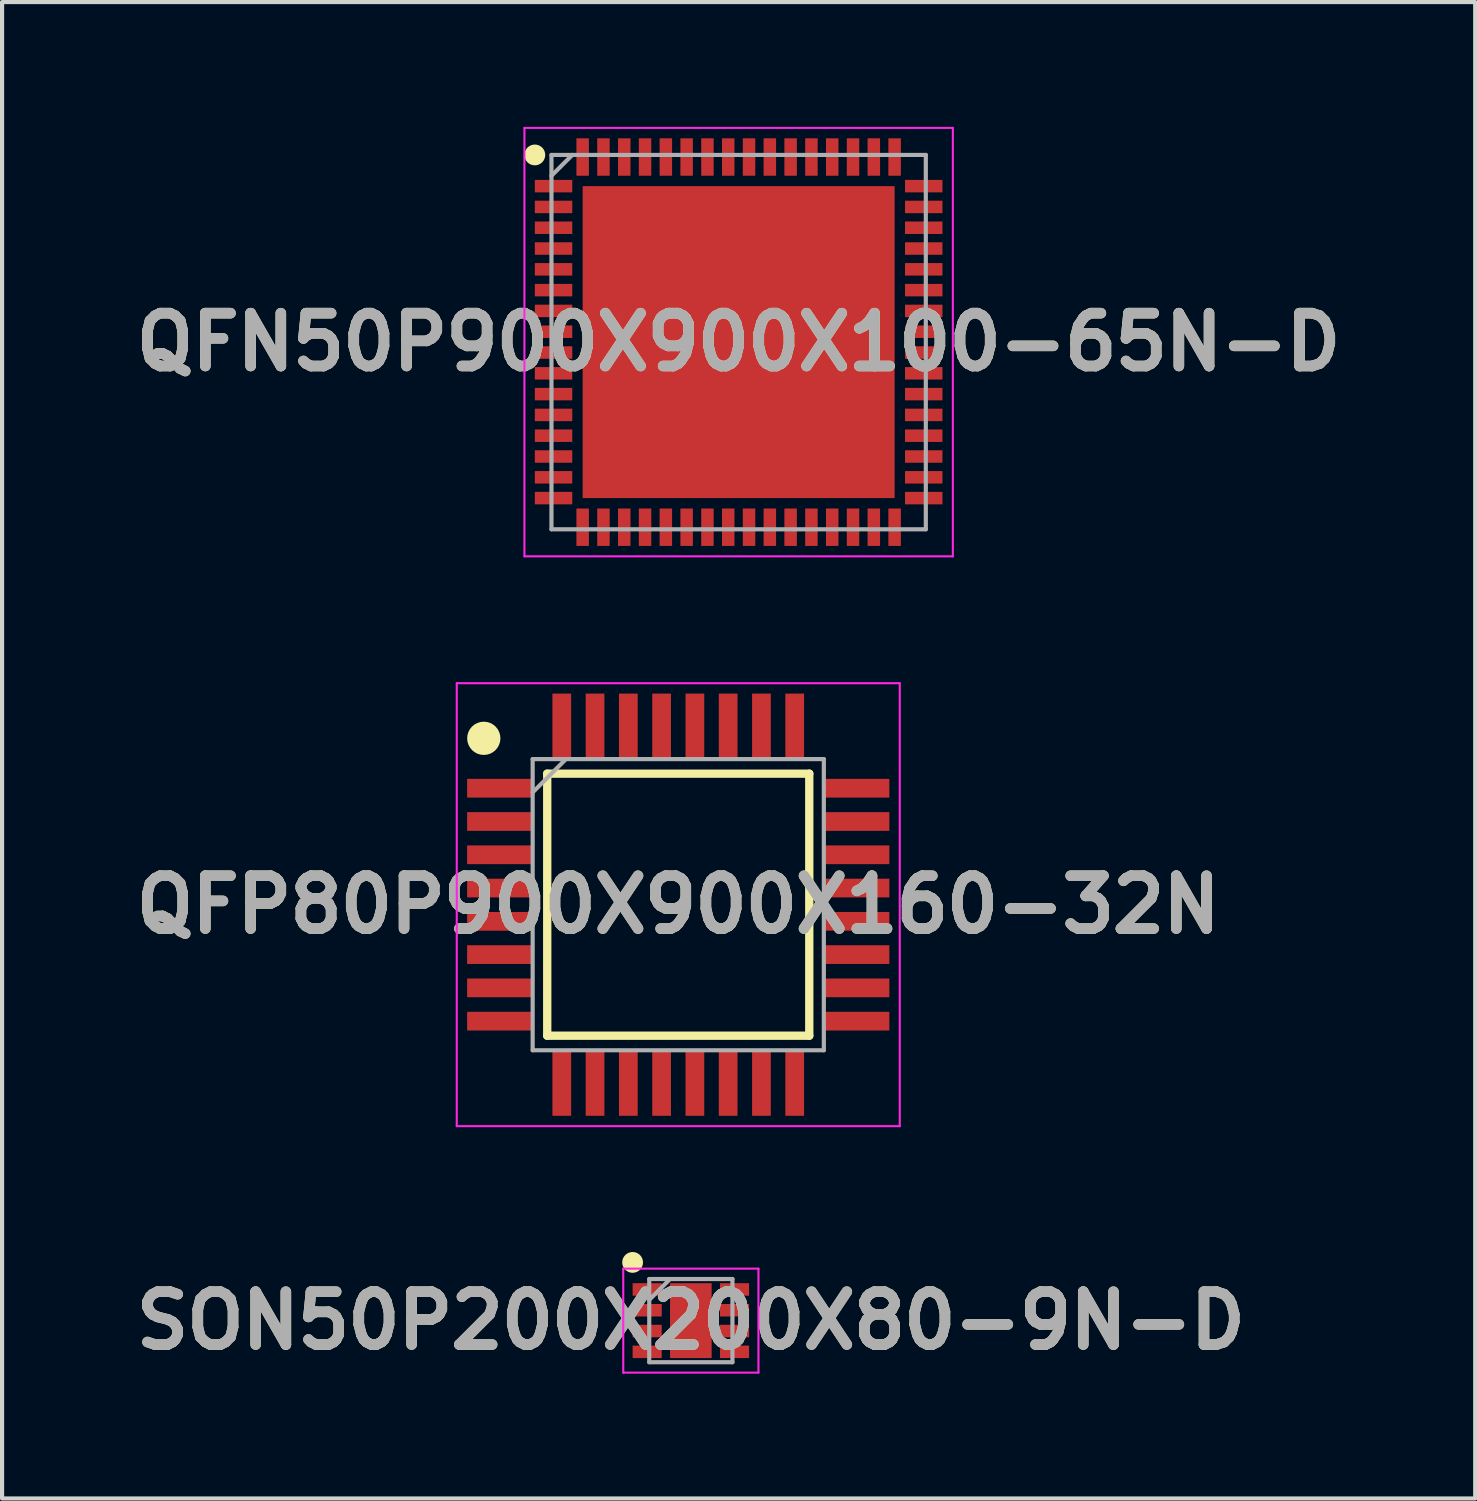
<source format=kicad_pcb>
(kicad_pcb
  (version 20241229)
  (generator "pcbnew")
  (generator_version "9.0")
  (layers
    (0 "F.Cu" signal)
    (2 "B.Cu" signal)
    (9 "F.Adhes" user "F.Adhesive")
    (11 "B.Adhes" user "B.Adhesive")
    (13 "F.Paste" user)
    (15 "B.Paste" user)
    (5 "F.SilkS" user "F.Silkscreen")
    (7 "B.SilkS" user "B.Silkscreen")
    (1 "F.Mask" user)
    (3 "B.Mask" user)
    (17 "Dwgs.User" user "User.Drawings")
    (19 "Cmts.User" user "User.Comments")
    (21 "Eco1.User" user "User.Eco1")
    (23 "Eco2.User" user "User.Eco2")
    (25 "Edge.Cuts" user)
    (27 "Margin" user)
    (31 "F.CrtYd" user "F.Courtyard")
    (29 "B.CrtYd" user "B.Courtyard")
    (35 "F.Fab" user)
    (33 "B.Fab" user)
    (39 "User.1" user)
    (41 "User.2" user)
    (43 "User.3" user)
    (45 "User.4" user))
  (footprint "QFN50P900X900X100-65N-D"
    (layer "F.Cu")
    (at 14.708 5.175)
    (property "Reference" "QFN50P900X900X100-65N-D" (at 0 0 0) (layer "F.SilkS") (effects (font (size 1.27 1.27) (thickness 0.254))))
    (attr smd)
    (fp_circle (center -4.9 -4.5) (end -4.9 -4.375) (stroke (width 0.25) (type solid)) (fill no) (layer "F.SilkS"))
    (fp_line (start -5.15 -5.15) (end 5.15 -5.15) (stroke (width 0.05) (type solid)) (layer "F.CrtYd"))
    (fp_line (start -5.15 5.15) (end -5.15 -5.15) (stroke (width 0.05) (type solid)) (layer "F.CrtYd"))
    (fp_line (start 5.15 -5.15) (end 5.15 5.15) (stroke (width 0.05) (type solid)) (layer "F.CrtYd"))
    (fp_line (start 5.15 5.15) (end -5.15 5.15) (stroke (width 0.05) (type solid)) (layer "F.CrtYd"))
    (fp_line (start -4.5 -4.5) (end 4.5 -4.5) (stroke (width 0.1) (type solid)) (layer "F.Fab"))
    (fp_line (start -4.5 -4) (end -4 -4.5) (stroke (width 0.1) (type solid)) (layer "F.Fab"))
    (fp_line (start -4.5 4.5) (end -4.5 -4.5) (stroke (width 0.1) (type solid)) (layer "F.Fab"))
    (fp_line (start 4.5 -4.5) (end 4.5 4.5) (stroke (width 0.1) (type solid)) (layer "F.Fab"))
    (fp_line (start 4.5 4.5) (end -4.5 4.5) (stroke (width 0.1) (type solid)) (layer "F.Fab"))
    (fp_text user "${REFERENCE}" (at 0 0 0) (layer "F.Fab") (effects (font (size 1.27 1.27) (thickness 0.254))))
    (pad "1" smd rect (at -4.45 -3.75 90) (size 0.3 0.9) (layers "F.Cu" "F.Mask" "F.Paste"))
    (pad "2" smd rect (at -4.45 -3.25 90) (size 0.3 0.9) (layers "F.Cu" "F.Mask" "F.Paste"))
    (pad "3" smd rect (at -4.45 -2.75 90) (size 0.3 0.9) (layers "F.Cu" "F.Mask" "F.Paste"))
    (pad "4" smd rect (at -4.45 -2.25 90) (size 0.3 0.9) (layers "F.Cu" "F.Mask" "F.Paste"))
    (pad "5" smd rect (at -4.45 -1.75 90) (size 0.3 0.9) (layers "F.Cu" "F.Mask" "F.Paste"))
    (pad "6" smd rect (at -4.45 -1.25 90) (size 0.3 0.9) (layers "F.Cu" "F.Mask" "F.Paste"))
    (pad "7" smd rect (at -4.45 -0.75 90) (size 0.3 0.9) (layers "F.Cu" "F.Mask" "F.Paste"))
    (pad "8" smd rect (at -4.45 -0.25 90) (size 0.3 0.9) (layers "F.Cu" "F.Mask" "F.Paste"))
    (pad "9" smd rect (at -4.45 0.25 90) (size 0.3 0.9) (layers "F.Cu" "F.Mask" "F.Paste"))
    (pad "10" smd rect (at -4.45 0.75 90) (size 0.3 0.9) (layers "F.Cu" "F.Mask" "F.Paste"))
    (pad "11" smd rect (at -4.45 1.25 90) (size 0.3 0.9) (layers "F.Cu" "F.Mask" "F.Paste"))
    (pad "12" smd rect (at -4.45 1.75 90) (size 0.3 0.9) (layers "F.Cu" "F.Mask" "F.Paste"))
    (pad "13" smd rect (at -4.45 2.25 90) (size 0.3 0.9) (layers "F.Cu" "F.Mask" "F.Paste"))
    (pad "14" smd rect (at -4.45 2.75 90) (size 0.3 0.9) (layers "F.Cu" "F.Mask" "F.Paste"))
    (pad "15" smd rect (at -4.45 3.25 90) (size 0.3 0.9) (layers "F.Cu" "F.Mask" "F.Paste"))
    (pad "16" smd rect (at -4.45 3.75 90) (size 0.3 0.9) (layers "F.Cu" "F.Mask" "F.Paste"))
    (pad "17" smd rect (at -3.75 4.45) (size 0.3 0.9) (layers "F.Cu" "F.Mask" "F.Paste"))
    (pad "18" smd rect (at -3.25 4.45) (size 0.3 0.9) (layers "F.Cu" "F.Mask" "F.Paste"))
    (pad "19" smd rect (at -2.75 4.45) (size 0.3 0.9) (layers "F.Cu" "F.Mask" "F.Paste"))
    (pad "20" smd rect (at -2.25 4.45) (size 0.3 0.9) (layers "F.Cu" "F.Mask" "F.Paste"))
    (pad "21" smd rect (at -1.75 4.45) (size 0.3 0.9) (layers "F.Cu" "F.Mask" "F.Paste"))
    (pad "22" smd rect (at -1.25 4.45) (size 0.3 0.9) (layers "F.Cu" "F.Mask" "F.Paste"))
    (pad "23" smd rect (at -0.75 4.45) (size 0.3 0.9) (layers "F.Cu" "F.Mask" "F.Paste"))
    (pad "24" smd rect (at -0.25 4.45) (size 0.3 0.9) (layers "F.Cu" "F.Mask" "F.Paste"))
    (pad "25" smd rect (at 0.25 4.45) (size 0.3 0.9) (layers "F.Cu" "F.Mask" "F.Paste"))
    (pad "26" smd rect (at 0.75 4.45) (size 0.3 0.9) (layers "F.Cu" "F.Mask" "F.Paste"))
    (pad "27" smd rect (at 1.25 4.45) (size 0.3 0.9) (layers "F.Cu" "F.Mask" "F.Paste"))
    (pad "28" smd rect (at 1.75 4.45) (size 0.3 0.9) (layers "F.Cu" "F.Mask" "F.Paste"))
    (pad "29" smd rect (at 2.25 4.45) (size 0.3 0.9) (layers "F.Cu" "F.Mask" "F.Paste"))
    (pad "30" smd rect (at 2.75 4.45) (size 0.3 0.9) (layers "F.Cu" "F.Mask" "F.Paste"))
    (pad "31" smd rect (at 3.25 4.45) (size 0.3 0.9) (layers "F.Cu" "F.Mask" "F.Paste"))
    (pad "32" smd rect (at 3.75 4.45) (size 0.3 0.9) (layers "F.Cu" "F.Mask" "F.Paste"))
    (pad "33" smd rect (at 4.45 3.75 90) (size 0.3 0.9) (layers "F.Cu" "F.Mask" "F.Paste"))
    (pad "34" smd rect (at 4.45 3.25 90) (size 0.3 0.9) (layers "F.Cu" "F.Mask" "F.Paste"))
    (pad "35" smd rect (at 4.45 2.75 90) (size 0.3 0.9) (layers "F.Cu" "F.Mask" "F.Paste"))
    (pad "36" smd rect (at 4.45 2.25 90) (size 0.3 0.9) (layers "F.Cu" "F.Mask" "F.Paste"))
    (pad "37" smd rect (at 4.45 1.75 90) (size 0.3 0.9) (layers "F.Cu" "F.Mask" "F.Paste"))
    (pad "38" smd rect (at 4.45 1.25 90) (size 0.3 0.9) (layers "F.Cu" "F.Mask" "F.Paste"))
    (pad "39" smd rect (at 4.45 0.75 90) (size 0.3 0.9) (layers "F.Cu" "F.Mask" "F.Paste"))
    (pad "40" smd rect (at 4.45 0.25 90) (size 0.3 0.9) (layers "F.Cu" "F.Mask" "F.Paste"))
    (pad "41" smd rect (at 4.45 -0.25 90) (size 0.3 0.9) (layers "F.Cu" "F.Mask" "F.Paste"))
    (pad "42" smd rect (at 4.45 -0.75 90) (size 0.3 0.9) (layers "F.Cu" "F.Mask" "F.Paste"))
    (pad "43" smd rect (at 4.45 -1.25 90) (size 0.3 0.9) (layers "F.Cu" "F.Mask" "F.Paste"))
    (pad "44" smd rect (at 4.45 -1.75 90) (size 0.3 0.9) (layers "F.Cu" "F.Mask" "F.Paste"))
    (pad "45" smd rect (at 4.45 -2.25 90) (size 0.3 0.9) (layers "F.Cu" "F.Mask" "F.Paste"))
    (pad "46" smd rect (at 4.45 -2.75 90) (size 0.3 0.9) (layers "F.Cu" "F.Mask" "F.Paste"))
    (pad "47" smd rect (at 4.45 -3.25 90) (size 0.3 0.9) (layers "F.Cu" "F.Mask" "F.Paste"))
    (pad "48" smd rect (at 4.45 -3.75 90) (size 0.3 0.9) (layers "F.Cu" "F.Mask" "F.Paste"))
    (pad "49" smd rect (at 3.75 -4.45) (size 0.3 0.9) (layers "F.Cu" "F.Mask" "F.Paste"))
    (pad "50" smd rect (at 3.25 -4.45) (size 0.3 0.9) (layers "F.Cu" "F.Mask" "F.Paste"))
    (pad "51" smd rect (at 2.75 -4.45) (size 0.3 0.9) (layers "F.Cu" "F.Mask" "F.Paste"))
    (pad "52" smd rect (at 2.25 -4.45) (size 0.3 0.9) (layers "F.Cu" "F.Mask" "F.Paste"))
    (pad "53" smd rect (at 1.75 -4.45) (size 0.3 0.9) (layers "F.Cu" "F.Mask" "F.Paste"))
    (pad "54" smd rect (at 1.25 -4.45) (size 0.3 0.9) (layers "F.Cu" "F.Mask" "F.Paste"))
    (pad "55" smd rect (at 0.75 -4.45) (size 0.3 0.9) (layers "F.Cu" "F.Mask" "F.Paste"))
    (pad "56" smd rect (at 0.25 -4.45) (size 0.3 0.9) (layers "F.Cu" "F.Mask" "F.Paste"))
    (pad "57" smd rect (at -0.25 -4.45) (size 0.3 0.9) (layers "F.Cu" "F.Mask" "F.Paste"))
    (pad "58" smd rect (at -0.75 -4.45) (size 0.3 0.9) (layers "F.Cu" "F.Mask" "F.Paste"))
    (pad "59" smd rect (at -1.25 -4.45) (size 0.3 0.9) (layers "F.Cu" "F.Mask" "F.Paste"))
    (pad "60" smd rect (at -1.75 -4.45) (size 0.3 0.9) (layers "F.Cu" "F.Mask" "F.Paste"))
    (pad "61" smd rect (at -2.25 -4.45) (size 0.3 0.9) (layers "F.Cu" "F.Mask" "F.Paste"))
    (pad "62" smd rect (at -2.75 -4.45) (size 0.3 0.9) (layers "F.Cu" "F.Mask" "F.Paste"))
    (pad "63" smd rect (at -3.25 -4.45) (size 0.3 0.9) (layers "F.Cu" "F.Mask" "F.Paste"))
    (pad "64" smd rect (at -3.75 -4.45) (size 0.3 0.9) (layers "F.Cu" "F.Mask" "F.Paste"))
    (pad "65" smd rect (at 0 0) (size 7.5 7.5) (layers "F.Cu" "F.Mask" "F.Paste")))
  (footprint "SON50P200X200X80-9N-D"
    (layer "F.Cu")
    (at 13.559 28.7)
    (property "Reference" "SON50P200X200X80-9N-D" (at 0 0 0) (layer "F.SilkS") (effects (font (size 1.27 1.27) (thickness 0.254))))
    (attr smd)
    (fp_circle (center -1.4 -1.4) (end -1.4 -1.275) (stroke (width 0.25) (type solid)) (fill no) (layer "F.SilkS"))
    (fp_line (start -1.625 -1.25) (end 1.625 -1.25) (stroke (width 0.05) (type solid)) (layer "F.CrtYd"))
    (fp_line (start -1.625 1.25) (end -1.625 -1.25) (stroke (width 0.05) (type solid)) (layer "F.CrtYd"))
    (fp_line (start 1.625 -1.25) (end 1.625 1.25) (stroke (width 0.05) (type solid)) (layer "F.CrtYd"))
    (fp_line (start 1.625 1.25) (end -1.625 1.25) (stroke (width 0.05) (type solid)) (layer "F.CrtYd"))
    (fp_line (start -1 -1) (end 1 -1) (stroke (width 0.1) (type solid)) (layer "F.Fab"))
    (fp_line (start -1 -0.5) (end -0.5 -1) (stroke (width 0.1) (type solid)) (layer "F.Fab"))
    (fp_line (start -1 1) (end -1 -1) (stroke (width 0.1) (type solid)) (layer "F.Fab"))
    (fp_line (start 1 -1) (end 1 1) (stroke (width 0.1) (type solid)) (layer "F.Fab"))
    (fp_line (start 1 1) (end -1 1) (stroke (width 0.1) (type solid)) (layer "F.Fab"))
    (fp_text user "${REFERENCE}" (at 0 0 0) (layer "F.Fab") (effects (font (size 1.27 1.27) (thickness 0.254))))
    (pad "1" smd rect (at -1.05 -0.75 90) (size 0.3 0.7) (layers "F.Cu" "F.Mask" "F.Paste"))
    (pad "2" smd rect (at -1.05 -0.25 90) (size 0.3 0.7) (layers "F.Cu" "F.Mask" "F.Paste"))
    (pad "3" smd rect (at -1.05 0.25 90) (size 0.3 0.7) (layers "F.Cu" "F.Mask" "F.Paste"))
    (pad "4" smd rect (at -1.05 0.75 90) (size 0.3 0.7) (layers "F.Cu" "F.Mask" "F.Paste"))
    (pad "5" smd rect (at 1.05 0.75 90) (size 0.3 0.7) (layers "F.Cu" "F.Mask" "F.Paste"))
    (pad "6" smd rect (at 1.05 0.25 90) (size 0.3 0.7) (layers "F.Cu" "F.Mask" "F.Paste"))
    (pad "7" smd rect (at 1.05 -0.25 90) (size 0.3 0.7) (layers "F.Cu" "F.Mask" "F.Paste"))
    (pad "8" smd rect (at 1.05 -0.75 90) (size 0.3 0.7) (layers "F.Cu" "F.Mask" "F.Paste"))
    (pad "9" smd rect (at 0 0) (size 1 1.8) (layers "F.Cu" "F.Mask" "F.Paste")))
  (footprint "QFP80P900X900X160-32N"
    (layer "F.Cu")
    (at 13.256 18.7)
    (property "Reference" "QFP80P900X900X160-32N" (at 0 0 0) (layer "F.SilkS") (effects (font (size 1.27 1.27) (thickness 0.254))))
    (attr smd)
    (fp_line (start -3.15 -3.15) (end 3.15 -3.15) (stroke (width 0.2) (type solid)) (layer "F.SilkS"))
    (fp_line (start -3.15 3.15) (end -3.15 -3.15) (stroke (width 0.2) (type solid)) (layer "F.SilkS"))
    (fp_line (start 3.15 -3.15) (end 3.15 3.15) (stroke (width 0.2) (type solid)) (layer "F.SilkS"))
    (fp_line (start 3.15 3.15) (end -3.15 3.15) (stroke (width 0.2) (type solid)) (layer "F.SilkS"))
    (fp_circle (center -4.675 -4) (end -4.675 -3.8) (stroke (width 0.4) (type solid)) (fill no) (layer "F.SilkS"))
    (fp_line (start -5.325 -5.325) (end 5.325 -5.325) (stroke (width 0.05) (type solid)) (layer "F.CrtYd"))
    (fp_line (start -5.325 5.325) (end -5.325 -5.325) (stroke (width 0.05) (type solid)) (layer "F.CrtYd"))
    (fp_line (start 5.325 -5.325) (end 5.325 5.325) (stroke (width 0.05) (type solid)) (layer "F.CrtYd"))
    (fp_line (start 5.325 5.325) (end -5.325 5.325) (stroke (width 0.05) (type solid)) (layer "F.CrtYd"))
    (fp_line (start -3.5 -3.5) (end 3.5 -3.5) (stroke (width 0.1) (type solid)) (layer "F.Fab"))
    (fp_line (start -3.5 -2.7) (end -2.7 -3.5) (stroke (width 0.1) (type solid)) (layer "F.Fab"))
    (fp_line (start -3.5 3.5) (end -3.5 -3.5) (stroke (width 0.1) (type solid)) (layer "F.Fab"))
    (fp_line (start 3.5 -3.5) (end 3.5 3.5) (stroke (width 0.1) (type solid)) (layer "F.Fab"))
    (fp_line (start 3.5 3.5) (end -3.5 3.5) (stroke (width 0.1) (type solid)) (layer "F.Fab"))
    (fp_text user "${REFERENCE}" (at 0 0 0) (layer "F.Fab") (effects (font (size 1.27 1.27) (thickness 0.254))))
    (pad "1" smd rect (at -4.288 -2.8 90) (size 0.45 1.575) (layers "F.Cu" "F.Mask" "F.Paste"))
    (pad "2" smd rect (at -4.288 -2 90) (size 0.45 1.575) (layers "F.Cu" "F.Mask" "F.Paste"))
    (pad "3" smd rect (at -4.288 -1.2 90) (size 0.45 1.575) (layers "F.Cu" "F.Mask" "F.Paste"))
    (pad "4" smd rect (at -4.288 -0.4 90) (size 0.45 1.575) (layers "F.Cu" "F.Mask" "F.Paste"))
    (pad "5" smd rect (at -4.288 0.4 90) (size 0.45 1.575) (layers "F.Cu" "F.Mask" "F.Paste"))
    (pad "6" smd rect (at -4.288 1.2 90) (size 0.45 1.575) (layers "F.Cu" "F.Mask" "F.Paste"))
    (pad "7" smd rect (at -4.288 2 90) (size 0.45 1.575) (layers "F.Cu" "F.Mask" "F.Paste"))
    (pad "8" smd rect (at -4.288 2.8 90) (size 0.45 1.575) (layers "F.Cu" "F.Mask" "F.Paste"))
    (pad "9" smd rect (at -2.8 4.288) (size 0.45 1.575) (layers "F.Cu" "F.Mask" "F.Paste"))
    (pad "10" smd rect (at -2 4.288) (size 0.45 1.575) (layers "F.Cu" "F.Mask" "F.Paste"))
    (pad "11" smd rect (at -1.2 4.288) (size 0.45 1.575) (layers "F.Cu" "F.Mask" "F.Paste"))
    (pad "12" smd rect (at -0.4 4.288) (size 0.45 1.575) (layers "F.Cu" "F.Mask" "F.Paste"))
    (pad "13" smd rect (at 0.4 4.288) (size 0.45 1.575) (layers "F.Cu" "F.Mask" "F.Paste"))
    (pad "14" smd rect (at 1.2 4.288) (size 0.45 1.575) (layers "F.Cu" "F.Mask" "F.Paste"))
    (pad "15" smd rect (at 2 4.288) (size 0.45 1.575) (layers "F.Cu" "F.Mask" "F.Paste"))
    (pad "16" smd rect (at 2.8 4.288) (size 0.45 1.575) (layers "F.Cu" "F.Mask" "F.Paste"))
    (pad "17" smd rect (at 4.288 2.8 90) (size 0.45 1.575) (layers "F.Cu" "F.Mask" "F.Paste"))
    (pad "18" smd rect (at 4.288 2 90) (size 0.45 1.575) (layers "F.Cu" "F.Mask" "F.Paste"))
    (pad "19" smd rect (at 4.288 1.2 90) (size 0.45 1.575) (layers "F.Cu" "F.Mask" "F.Paste"))
    (pad "20" smd rect (at 4.288 0.4 90) (size 0.45 1.575) (layers "F.Cu" "F.Mask" "F.Paste"))
    (pad "21" smd rect (at 4.288 -0.4 90) (size 0.45 1.575) (layers "F.Cu" "F.Mask" "F.Paste"))
    (pad "22" smd rect (at 4.288 -1.2 90) (size 0.45 1.575) (layers "F.Cu" "F.Mask" "F.Paste"))
    (pad "23" smd rect (at 4.288 -2 90) (size 0.45 1.575) (layers "F.Cu" "F.Mask" "F.Paste"))
    (pad "24" smd rect (at 4.288 -2.8 90) (size 0.45 1.575) (layers "F.Cu" "F.Mask" "F.Paste"))
    (pad "25" smd rect (at 2.8 -4.288) (size 0.45 1.575) (layers "F.Cu" "F.Mask" "F.Paste"))
    (pad "26" smd rect (at 2 -4.288) (size 0.45 1.575) (layers "F.Cu" "F.Mask" "F.Paste"))
    (pad "27" smd rect (at 1.2 -4.288) (size 0.45 1.575) (layers "F.Cu" "F.Mask" "F.Paste"))
    (pad "28" smd rect (at 0.4 -4.288) (size 0.45 1.575) (layers "F.Cu" "F.Mask" "F.Paste"))
    (pad "29" smd rect (at -0.4 -4.288) (size 0.45 1.575) (layers "F.Cu" "F.Mask" "F.Paste"))
    (pad "30" smd rect (at -1.2 -4.288) (size 0.45 1.575) (layers "F.Cu" "F.Mask" "F.Paste"))
    (pad "31" smd rect (at -2 -4.288) (size 0.45 1.575) (layers "F.Cu" "F.Mask" "F.Paste"))
    (pad "32" smd rect (at -2.8 -4.288) (size 0.45 1.575) (layers "F.Cu" "F.Mask" "F.Paste")))
  (gr_rect
    (start -3 -3)
    (end 32.416 32.975)
    (stroke (width 0.1) (type default))
    (fill no)
    (layer "Edge.Cuts")))
</source>
